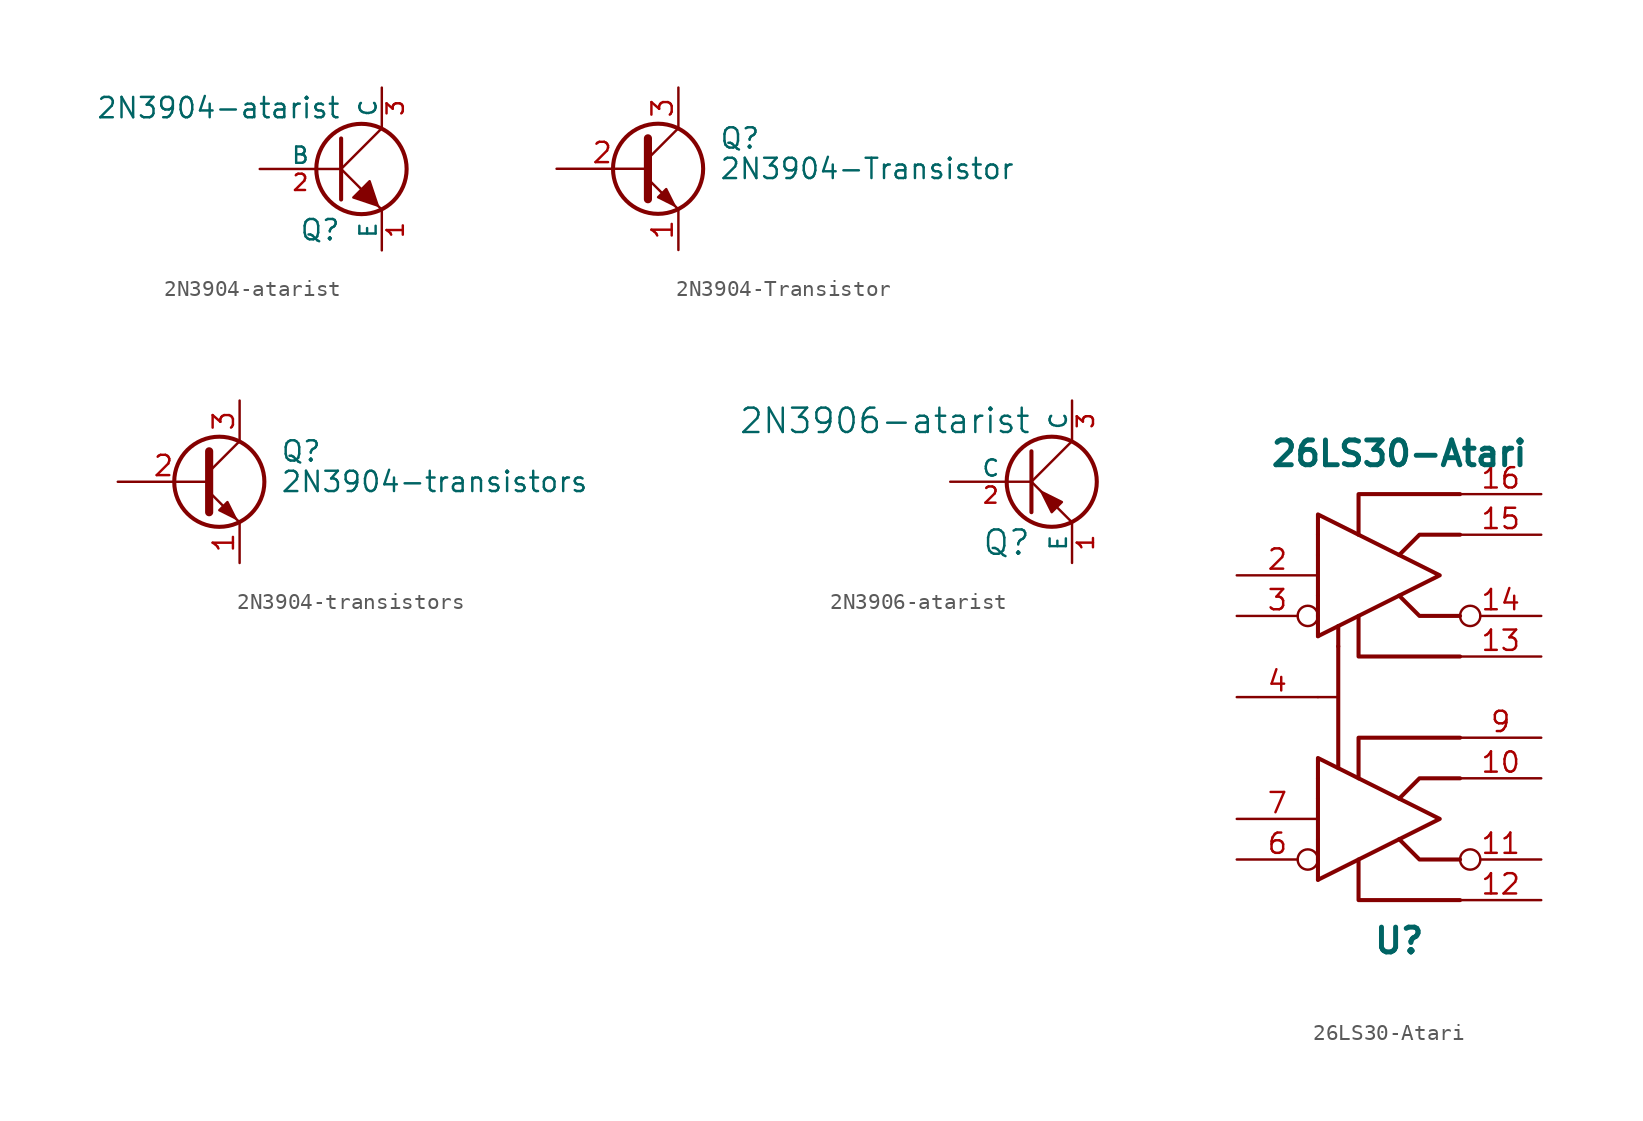
<source format=kicad_sym>
(kicad_symbol_lib
  (version 20231120)
  (generator "kicad_symbol_editor")
  (generator_version "8.0")
  (symbol "2N3904-atarist"
    (pin_names
      (offset 0))
    (property "Reference" "Q"
      (at 0 -3.81 0)
      (effects (font (size 1.27 1.27)) (justify right)))
    (property "Value" "2N3904-atarist"
      (at 0 3.81 0)
      (effects (font (size 1.27 1.27)) (justify right)))
    (property "Footprint" ""
      (at 0 0 0)
      (effects (font (size 1.524 1.524))))
    (property "Datasheet" ""
      (at 0 0 0)
      (effects (font (size 1.524 1.524))))
    (symbol "2N3904-atarist_0_1"
      (polyline (pts (xy 0 0) (xy 2.54 2.54)) (stroke (width 0) (type solid)) (fill (type none)))
      (polyline (pts (xy 0 1.905) (xy 0 -1.905) (xy 0 -1.905)) (stroke (width 0.254) (type solid)) (fill (type none)))
      (polyline (pts (xy 1.27 -1.27) (xy 0 0) (xy 0 0)) (stroke (width 0) (type solid)) (fill (type none)))
      (polyline (pts (xy 2.286 -2.286) (xy 2.54 -2.54) (xy 2.54 -2.54)) (stroke (width 0) (type solid)) (fill (type none)))
      (polyline (pts (xy 2.286 -2.286) (xy 1.778 -0.762) (xy 0.762 -1.778) (xy 2.286 -2.286) (xy 2.286 -2.286)) (stroke (width 0) (type solid)) (fill (type outline)))
      (circle (center 1.27 0) (radius 2.819) (stroke (width 0.254) (type solid)) (fill (type none))))
    (symbol "2N3904-atarist_1_1"
      (pin passive line (at 2.54 -5.08 90) (length 2.54) (name "E" (effects (font (size 1.016 1.016)))) (number "1" (effects (font (size 1.016 1.016)))))
      (pin input line (at -5.08 0 0) (length 5.08) (name "B" (effects (font (size 1.016 1.016)))) (number "2" (effects (font (size 1.016 1.016)))))
      (pin passive line (at 2.54 5.08 270) (length 2.54) (name "C" (effects (font (size 1.016 1.016)))) (number "3" (effects (font (size 1.016 1.016)))))))
  (symbol "2N3904-Transistor"
    (pin_names
      (offset 0) hide)
    (property "Reference" "Q"
      (at 5.08 1.905 0)
      (effects (font (size 1.27 1.27)) (justify left)))
    (property "Value" "2N3904-Transistor"
      (at 5.08 0 0)
      (effects (font (size 1.27 1.27)) (justify left)))
    (symbol "2N3904-Transistor_0_1"
      (polyline (pts (xy 0.635 0.635) (xy 2.54 2.54)) (stroke (width 0) (type solid)) (fill (type none)))
      (polyline (pts (xy 0.635 -0.635) (xy 2.54 -2.54) (xy 2.54 -2.54)) (stroke (width 0) (type solid)) (fill (type none)))
      (polyline (pts (xy 0.635 1.905) (xy 0.635 -1.905) (xy 0.635 -1.905)) (stroke (width 0.508) (type solid)) (fill (type none)))
      (polyline (pts (xy 1.27 -1.778) (xy 1.778 -1.27) (xy 2.286 -2.286) (xy 1.27 -1.778) (xy 1.27 -1.778)) (stroke (width 0) (type solid)) (fill (type outline)))
      (circle (center 1.27 0) (radius 2.819) (stroke (width 0.254) (type solid)) (fill (type none))))
    (symbol "2N3904-Transistor_1_1"
      (pin passive line (at 2.54 -5.08 90) (length 2.54) (name "E" (effects (font (size 1.27 1.27)))) (number "1" (effects (font (size 1.27 1.27)))))
      (pin passive line (at -5.08 0 0) (length 5.715) (name "B" (effects (font (size 1.27 1.27)))) (number "2" (effects (font (size 1.27 1.27)))))
      (pin passive line (at 2.54 5.08 270) (length 2.54) (name "C" (effects (font (size 1.27 1.27)))) (number "3" (effects (font (size 1.27 1.27)))))))
  (symbol "2N3904-transistors"
    (pin_names
      (offset 0) hide)
    (property "Reference" "Q"
      (at 5.08 1.905 0)
      (effects (font (size 1.27 1.27)) (justify left)))
    (property "Value" "2N3904-transistors"
      (at 5.08 0 0)
      (effects (font (size 1.27 1.27)) (justify left)))
    (symbol "2N3904-transistors_0_1"
      (polyline (pts (xy 0.635 0.635) (xy 2.54 2.54)) (stroke (width 0) (type solid)) (fill (type none)))
      (polyline (pts (xy 0.635 -0.635) (xy 2.54 -2.54) (xy 2.54 -2.54)) (stroke (width 0) (type solid)) (fill (type none)))
      (polyline (pts (xy 0.635 1.905) (xy 0.635 -1.905) (xy 0.635 -1.905)) (stroke (width 0.508) (type solid)) (fill (type none)))
      (polyline (pts (xy 1.27 -1.778) (xy 1.778 -1.27) (xy 2.286 -2.286) (xy 1.27 -1.778) (xy 1.27 -1.778)) (stroke (width 0) (type solid)) (fill (type outline)))
      (circle (center 1.27 0) (radius 2.819) (stroke (width 0.254) (type solid)) (fill (type none))))
    (symbol "2N3904-transistors_1_1"
      (pin passive line (at 2.54 -5.08 90) (length 2.54) (name "E" (effects (font (size 1.27 1.27)))) (number "1" (effects (font (size 1.27 1.27)))))
      (pin passive line (at -5.08 0 0) (length 5.715) (name "B" (effects (font (size 1.27 1.27)))) (number "2" (effects (font (size 1.27 1.27)))))
      (pin passive line (at 2.54 5.08 270) (length 2.54) (name "C" (effects (font (size 1.27 1.27)))) (number "3" (effects (font (size 1.27 1.27)))))))
  (symbol "2N3906-atarist"
    (pin_names
      (offset 0))
    (property "Reference" "Q"
      (at 0 -3.81 0)
      (effects (font (size 1.524 1.524)) (justify right)))
    (property "Value" "2N3906-atarist"
      (at 0 3.81 0)
      (effects (font (size 1.524 1.524)) (justify right)))
    (property "Footprint" ""
      (at 0 0 0)
      (effects (font (size 1.524 1.524))))
    (property "Datasheet" ""
      (at 0 0 0)
      (effects (font (size 1.524 1.524))))
    (symbol "2N3906-atarist_0_1"
      (polyline (pts (xy 0 0) (xy 2.54 2.54)) (stroke (width 0) (type solid)) (fill (type none)))
      (polyline (pts (xy 0 1.905) (xy 0 -1.905) (xy 0 -1.905)) (stroke (width 0.254) (type solid)) (fill (type outline)))
      (polyline (pts (xy 0.635 -0.635) (xy 0 0) (xy 0 0)) (stroke (width 0) (type solid)) (fill (type none)))
      (polyline (pts (xy 2.54 -2.54) (xy 1.651 -1.651) (xy 1.651 -1.651)) (stroke (width 0) (type solid)) (fill (type none)))
      (polyline (pts (xy 0.635 -0.635) (xy 1.27 -1.905) (xy 1.905 -1.27) (xy 0.635 -0.635) (xy 0.635 -0.635)) (stroke (width 0) (type solid)) (fill (type outline)))
      (circle (center 1.27 0) (radius 2.819) (stroke (width 0.254) (type solid)) (fill (type none))))
    (symbol "2N3906-atarist_1_1"
      (pin passive line (at 2.54 -5.08 90) (length 2.54) (name "E" (effects (font (size 1.016 1.016)))) (number "1" (effects (font (size 1.016 1.016)))))
      (pin input line (at -5.08 0 0) (length 5.08) (name "C" (effects (font (size 1.016 1.016)))) (number "2" (effects (font (size 1.016 1.016)))))
      (pin passive line (at 2.54 5.08 270) (length 2.54) (name "C" (effects (font (size 1.016 1.016)))) (number "3" (effects (font (size 1.016 1.016)))))))
  (symbol "26LS30-Atari"
    (pin_names
      (offset 1.016))
    (property "Reference" "U"
      (at 0 -15.24 0)
      (effects (font (size 1.549 1.549) (bold yes))))
    (property "Value" "26LS30-Atari"
      (at 0 15.24 0)
      (effects (font (size 1.549 1.549) (bold yes))))
    (symbol "26LS30-Atari_0_0"
      (polyline (pts (xy -5.08 -11.43) (xy -5.08 -10.16)) (stroke (width 0.254) (type solid)) (fill (type none)))
      (polyline (pts (xy -5.08 -8.89) (xy -5.08 -10.16)) (stroke (width 0.254) (type solid)) (fill (type none)))
      (polyline (pts (xy -5.08 -8.89) (xy -5.08 -6.35)) (stroke (width 0.254) (type solid)) (fill (type none)))
      (polyline (pts (xy -5.08 -6.35) (xy -5.08 -5.08)) (stroke (width 0.254) (type solid)) (fill (type none)))
      (polyline (pts (xy -5.08 3.81) (xy -5.08 5.08)) (stroke (width 0.254) (type solid)) (fill (type none)))
      (polyline (pts (xy -5.08 6.35) (xy -5.08 5.08)) (stroke (width 0.254) (type solid)) (fill (type none)))
      (polyline (pts (xy -5.08 6.35) (xy -5.08 8.89)) (stroke (width 0.254) (type solid)) (fill (type none)))
      (polyline (pts (xy -5.08 8.89) (xy -5.08 10.16)) (stroke (width 0.254) (type solid)) (fill (type none)))
      (polyline (pts (xy -3.81 -4.445) (xy -3.81 3.175)) (stroke (width 0.254) (type solid)) (fill (type none)))
      (polyline (pts (xy -3.81 0) (xy -5.08 0)) (stroke (width 0) (type solid)) (fill (type none)))
      (polyline (pts (xy -3.81 3.175) (xy -3.81 4.445)) (stroke (width 0.254) (type solid)) (fill (type none)))
      (polyline (pts (xy -2.54 -10.16) (xy -2.54 -12.7) (xy 3.81 -12.7)) (stroke (width 0.254) (type solid)) (fill (type none)))
      (polyline (pts (xy -2.54 -5.08) (xy -2.54 -2.54) (xy 3.81 -2.54)) (stroke (width 0.254) (type solid)) (fill (type none)))
      (polyline (pts (xy -2.54 5.08) (xy -2.54 2.54) (xy 3.81 2.54)) (stroke (width 0.254) (type solid)) (fill (type none)))
      (polyline (pts (xy -2.54 10.16) (xy -2.54 12.7) (xy 3.81 12.7)) (stroke (width 0.254) (type solid)) (fill (type none)))
      (polyline (pts (xy 0 -8.89) (xy 1.27 -10.16) (xy 3.81 -10.16)) (stroke (width 0.254) (type solid)) (fill (type none)))
      (polyline (pts (xy 0 -6.35) (xy 1.27 -5.08) (xy 3.81 -5.08)) (stroke (width 0.254) (type solid)) (fill (type none)))
      (polyline (pts (xy 0 6.35) (xy 1.27 5.08) (xy 3.81 5.08)) (stroke (width 0.254) (type solid)) (fill (type none)))
      (polyline (pts (xy 0 8.89) (xy 1.27 10.16) (xy 3.81 10.16)) (stroke (width 0.254) (type solid)) (fill (type none)))
      (polyline (pts (xy -5.08 -5.08) (xy -5.08 -3.81) (xy 2.54 -7.62) (xy -5.08 -11.43)) (stroke (width 0.254) (type solid)) (fill (type none)))
      (polyline (pts (xy -5.08 10.16) (xy -5.08 11.43) (xy 2.54 7.62) (xy -5.08 3.81)) (stroke (width 0.254) (type solid)) (fill (type none))))
    (symbol "26LS30-Atari_1_1"
      (pin power_in line (at -5.08 11.43 0) (length 0) hide (name "VCC" (effects (font (size 0 0)))) (number "1" (effects (font (size 1.27 1.27)))))
      (pin output line (at 8.89 -5.08 180) (length 5.08) (name "~" (effects (font (size 1.27 1.27)))) (number "10" (effects (font (size 1.27 1.27)))))
      (pin output inverted (at 8.89 -10.16 180) (length 5.08) (name "~" (effects (font (size 1.27 1.27)))) (number "11" (effects (font (size 1.27 1.27)))))
      (pin output line (at 8.89 -12.7 180) (length 5.08) (name "~" (effects (font (size 1.27 1.27)))) (number "12" (effects (font (size 1.27 1.27)))))
      (pin output line (at 8.89 2.54 180) (length 5.08) (name "~" (effects (font (size 1.27 1.27)))) (number "13" (effects (font (size 1.27 1.27)))))
      (pin output inverted (at 8.89 5.08 180) (length 5.08) (name "~" (effects (font (size 1.27 1.27)))) (number "14" (effects (font (size 1.27 1.27)))))
      (pin output line (at 8.89 10.16 180) (length 5.08) (name "~" (effects (font (size 1.27 1.27)))) (number "15" (effects (font (size 1.27 1.27)))))
      (pin output line (at 8.89 12.7 180) (length 5.08) (name "~" (effects (font (size 1.27 1.27)))) (number "16" (effects (font (size 1.27 1.27)))))
      (pin input line (at -10.16 7.62 0) (length 5.08) (name "~" (effects (font (size 1.27 1.27)))) (number "2" (effects (font (size 1.27 1.27)))))
      (pin input inverted (at -10.16 5.08 0) (length 5.08) (name "~" (effects (font (size 1.27 1.27)))) (number "3" (effects (font (size 1.27 1.27)))))
      (pin bidirectional line (at -10.16 0 0) (length 5.08) (name "~" (effects (font (size 1.27 1.27)))) (number "4" (effects (font (size 1.27 1.27)))))
      (pin power_in line (at -5.08 -11.43 0) (length 0) hide (name "GND" (effects (font (size 0 0)))) (number "5" (effects (font (size 1.27 1.27)))))
      (pin input inverted (at -10.16 -10.16 0) (length 5.08) (name "~" (effects (font (size 1.27 1.27)))) (number "6" (effects (font (size 1.27 1.27)))))
      (pin input line (at -10.16 -7.62 0) (length 5.08) (name "~" (effects (font (size 1.27 1.27)))) (number "7" (effects (font (size 1.27 1.27)))))
      (pin output line (at 8.89 -2.54 180) (length 5.08) (name "~" (effects (font (size 1.27 1.27)))) (number "9" (effects (font (size 1.27 1.27)))))
      (pin power_in line (at -5.08 3.81 0) (length 0) hide (name "VEE" (effects (font (size 0 0)))) (number "~" (effects (font (size 1.27 1.27))))))))
</source>
